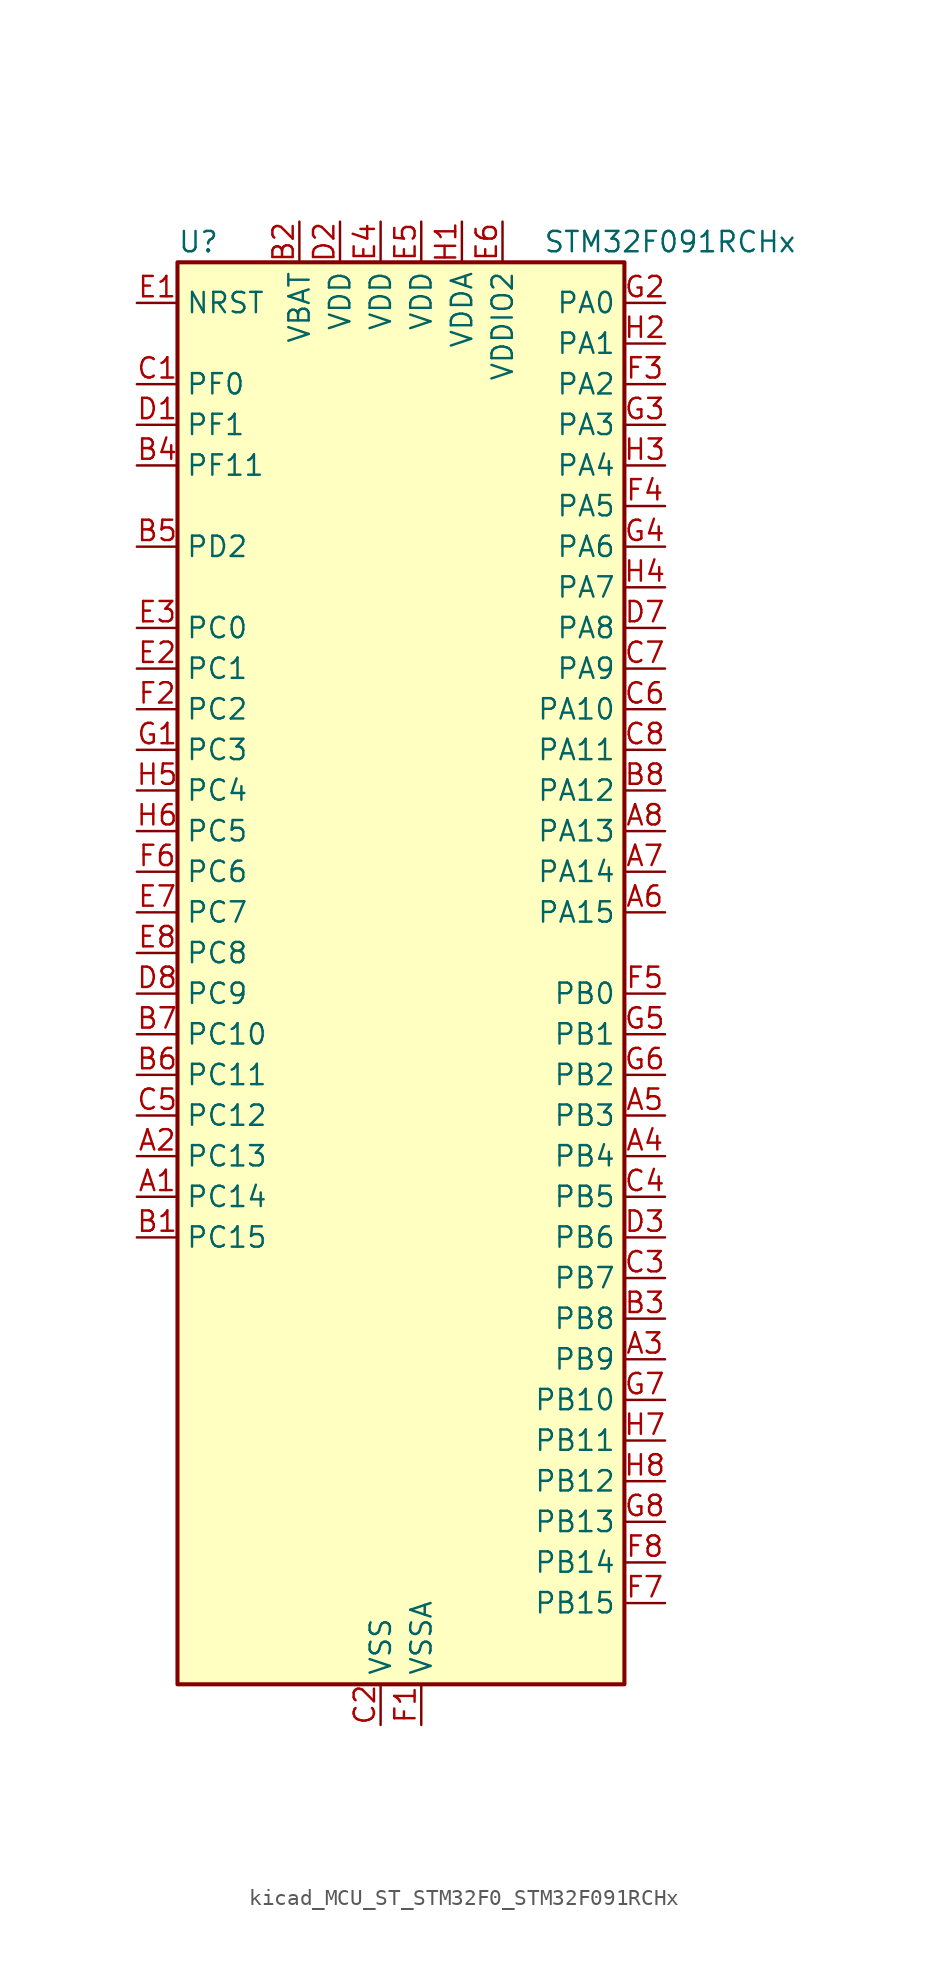
<source format=kicad_sym>
(kicad_symbol_lib
  (version 20220914)
  (generator kicad_symbol_editor)
  (symbol "kicad_MCU_ST_STM32F0_STM32F091RCHx"
    (property "Reference" "U"
      (at -12.7 46.99 0)
      (effects (font (size 1.27 1.27)) (justify left)))
    (property "Value" "STM32F091RCHx"
      (at 10.16 46.99 0)
      (effects (font (size 1.27 1.27)) (justify left)))
    (property "ki_locked" ""
      (at 0 0 0)
      (effects (font (size 1.27 1.27))))
    (symbol "kicad_MCU_ST_STM32F0_STM32F091RCHx_0_1"
      (rectangle (start -12.7 -43.18) (end 15.24 45.72) (stroke (width 0.254) (type default)) (fill (type background))))
    (symbol "kicad_MCU_ST_STM32F0_STM32F091RCHx_1_1"
      (pin bidirectional line (at -15.24 -12.7 0) (length 2.54) (name "PC14" (effects (font (size 1.27 1.27)))) (number "A1" (effects (font (size 1.27 1.27)))) (alternate "RCC_OSC32_IN" bidirectional line))
      (pin bidirectional line (at -15.24 -10.16 0) (length 2.54) (name "PC13" (effects (font (size 1.27 1.27)))) (number "A2" (effects (font (size 1.27 1.27)))) (alternate "RTC_OUT_ALARM" bidirectional line) (alternate "RTC_OUT_CALIB" bidirectional line) (alternate "RTC_TAMP1" bidirectional line) (alternate "RTC_TS" bidirectional line) (alternate "SYS_WKUP2" bidirectional line))
      (pin bidirectional line (at 17.78 -22.86 180) (length 2.54) (name "PB9" (effects (font (size 1.27 1.27)))) (number "A3" (effects (font (size 1.27 1.27)))) (alternate "CAN_TX" bidirectional line) (alternate "DAC_EXTI9" bidirectional line) (alternate "I2C1_SDA" bidirectional line) (alternate "I2S2_WS" bidirectional line) (alternate "IR_OUT" bidirectional line) (alternate "SPI2_NSS" bidirectional line) (alternate "TIM17_CH1" bidirectional line))
      (pin bidirectional line (at 17.78 -10.16 180) (length 2.54) (name "PB4" (effects (font (size 1.27 1.27)))) (number "A4" (effects (font (size 1.27 1.27)))) (alternate "I2S1_MCK" bidirectional line) (alternate "SPI1_MISO" bidirectional line) (alternate "TIM17_BKIN" bidirectional line) (alternate "TIM3_CH1" bidirectional line) (alternate "TSC_G5_IO2" bidirectional line) (alternate "USART5_RX" bidirectional line))
      (pin bidirectional line (at 17.78 -7.62 180) (length 2.54) (name "PB3" (effects (font (size 1.27 1.27)))) (number "A5" (effects (font (size 1.27 1.27)))) (alternate "I2S1_CK" bidirectional line) (alternate "SPI1_SCK" bidirectional line) (alternate "TIM2_CH2" bidirectional line) (alternate "TSC_G5_IO1" bidirectional line) (alternate "USART5_TX" bidirectional line))
      (pin bidirectional line (at 17.78 5.08 180) (length 2.54) (name "PA15" (effects (font (size 1.27 1.27)))) (number "A6" (effects (font (size 1.27 1.27)))) (alternate "I2S1_WS" bidirectional line) (alternate "SPI1_NSS" bidirectional line) (alternate "TIM2_CH1" bidirectional line) (alternate "TIM2_ETR" bidirectional line) (alternate "USART2_RX" bidirectional line) (alternate "USART4_DE" bidirectional line) (alternate "USART4_RTS" bidirectional line))
      (pin bidirectional line (at 17.78 7.62 180) (length 2.54) (name "PA14" (effects (font (size 1.27 1.27)))) (number "A7" (effects (font (size 1.27 1.27)))) (alternate "SYS_SWCLK" bidirectional line) (alternate "USART2_TX" bidirectional line))
      (pin bidirectional line (at 17.78 10.16 180) (length 2.54) (name "PA13" (effects (font (size 1.27 1.27)))) (number "A8" (effects (font (size 1.27 1.27)))) (alternate "IR_OUT" bidirectional line) (alternate "SYS_SWDIO" bidirectional line))
      (pin bidirectional line (at -15.24 -15.24 0) (length 2.54) (name "PC15" (effects (font (size 1.27 1.27)))) (number "B1" (effects (font (size 1.27 1.27)))) (alternate "RCC_OSC32_OUT" bidirectional line))
      (pin power_in line (at -5.08 48.26 270) (length 2.54) (name "VBAT" (effects (font (size 1.27 1.27)))) (number "B2" (effects (font (size 1.27 1.27)))))
      (pin bidirectional line (at 17.78 -20.32 180) (length 2.54) (name "PB8" (effects (font (size 1.27 1.27)))) (number "B3" (effects (font (size 1.27 1.27)))) (alternate "CAN_RX" bidirectional line) (alternate "CEC" bidirectional line) (alternate "I2C1_SCL" bidirectional line) (alternate "TIM16_CH1" bidirectional line) (alternate "TSC_SYNC" bidirectional line))
      (pin bidirectional line (at -15.24 33.02 0) (length 2.54) (name "PF11" (effects (font (size 1.27 1.27)))) (number "B4" (effects (font (size 1.27 1.27)))))
      (pin bidirectional line (at -15.24 27.94 0) (length 2.54) (name "PD2" (effects (font (size 1.27 1.27)))) (number "B5" (effects (font (size 1.27 1.27)))) (alternate "TIM3_ETR" bidirectional line) (alternate "USART3_DE" bidirectional line) (alternate "USART3_RTS" bidirectional line) (alternate "USART5_RX" bidirectional line))
      (pin bidirectional line (at -15.24 -5.08 0) (length 2.54) (name "PC11" (effects (font (size 1.27 1.27)))) (number "B6" (effects (font (size 1.27 1.27)))) (alternate "USART3_RX" bidirectional line) (alternate "USART4_RX" bidirectional line))
      (pin bidirectional line (at -15.24 -2.54 0) (length 2.54) (name "PC10" (effects (font (size 1.27 1.27)))) (number "B7" (effects (font (size 1.27 1.27)))) (alternate "USART3_TX" bidirectional line) (alternate "USART4_TX" bidirectional line))
      (pin bidirectional line (at 17.78 12.7 180) (length 2.54) (name "PA12" (effects (font (size 1.27 1.27)))) (number "B8" (effects (font (size 1.27 1.27)))) (alternate "CAN_TX" bidirectional line) (alternate "COMP2_OUT" bidirectional line) (alternate "I2C2_SDA" bidirectional line) (alternate "TIM1_ETR" bidirectional line) (alternate "TSC_G4_IO4" bidirectional line) (alternate "USART1_DE" bidirectional line) (alternate "USART1_RTS" bidirectional line))
      (pin bidirectional line (at -15.24 38.1 0) (length 2.54) (name "PF0" (effects (font (size 1.27 1.27)))) (number "C1" (effects (font (size 1.27 1.27)))) (alternate "CRS_SYNC" bidirectional line) (alternate "I2C1_SDA" bidirectional line) (alternate "RCC_OSC_IN" bidirectional line))
      (pin power_in line (at 0 -45.72 90) (length 2.54) (name "VSS" (effects (font (size 1.27 1.27)))) (number "C2" (effects (font (size 1.27 1.27)))))
      (pin bidirectional line (at 17.78 -17.78 180) (length 2.54) (name "PB7" (effects (font (size 1.27 1.27)))) (number "C3" (effects (font (size 1.27 1.27)))) (alternate "I2C1_SDA" bidirectional line) (alternate "TIM17_CH1N" bidirectional line) (alternate "TSC_G5_IO4" bidirectional line) (alternate "USART1_RX" bidirectional line) (alternate "USART4_CTS" bidirectional line))
      (pin bidirectional line (at 17.78 -12.7 180) (length 2.54) (name "PB5" (effects (font (size 1.27 1.27)))) (number "C4" (effects (font (size 1.27 1.27)))) (alternate "I2C1_SMBA" bidirectional line) (alternate "I2S1_SD" bidirectional line) (alternate "SPI1_MOSI" bidirectional line) (alternate "SYS_WKUP6" bidirectional line) (alternate "TIM16_BKIN" bidirectional line) (alternate "TIM3_CH2" bidirectional line) (alternate "USART5_CK" bidirectional line) (alternate "USART5_DE" bidirectional line) (alternate "USART5_RTS" bidirectional line))
      (pin bidirectional line (at -15.24 -7.62 0) (length 2.54) (name "PC12" (effects (font (size 1.27 1.27)))) (number "C5" (effects (font (size 1.27 1.27)))) (alternate "USART3_CK" bidirectional line) (alternate "USART4_CK" bidirectional line) (alternate "USART5_TX" bidirectional line))
      (pin bidirectional line (at 17.78 17.78 180) (length 2.54) (name "PA10" (effects (font (size 1.27 1.27)))) (number "C6" (effects (font (size 1.27 1.27)))) (alternate "I2C1_SDA" bidirectional line) (alternate "TIM17_BKIN" bidirectional line) (alternate "TIM1_CH3" bidirectional line) (alternate "TSC_G4_IO2" bidirectional line) (alternate "USART1_RX" bidirectional line))
      (pin bidirectional line (at 17.78 20.32 180) (length 2.54) (name "PA9" (effects (font (size 1.27 1.27)))) (number "C7" (effects (font (size 1.27 1.27)))) (alternate "DAC_EXTI9" bidirectional line) (alternate "I2C1_SCL" bidirectional line) (alternate "RCC_MCO" bidirectional line) (alternate "TIM15_BKIN" bidirectional line) (alternate "TIM1_CH2" bidirectional line) (alternate "TSC_G4_IO1" bidirectional line) (alternate "USART1_TX" bidirectional line))
      (pin bidirectional line (at 17.78 15.24 180) (length 2.54) (name "PA11" (effects (font (size 1.27 1.27)))) (number "C8" (effects (font (size 1.27 1.27)))) (alternate "CAN_RX" bidirectional line) (alternate "COMP1_OUT" bidirectional line) (alternate "I2C2_SCL" bidirectional line) (alternate "TIM1_CH4" bidirectional line) (alternate "TSC_G4_IO3" bidirectional line) (alternate "USART1_CTS" bidirectional line))
      (pin bidirectional line (at -15.24 35.56 0) (length 2.54) (name "PF1" (effects (font (size 1.27 1.27)))) (number "D1" (effects (font (size 1.27 1.27)))) (alternate "I2C1_SCL" bidirectional line) (alternate "RCC_OSC_OUT" bidirectional line))
      (pin power_in line (at -2.54 48.26 270) (length 2.54) (name "VDD" (effects (font (size 1.27 1.27)))) (number "D2" (effects (font (size 1.27 1.27)))))
      (pin bidirectional line (at 17.78 -15.24 180) (length 2.54) (name "PB6" (effects (font (size 1.27 1.27)))) (number "D3" (effects (font (size 1.27 1.27)))) (alternate "I2C1_SCL" bidirectional line) (alternate "TIM16_CH1N" bidirectional line) (alternate "TSC_G5_IO3" bidirectional line) (alternate "USART1_TX" bidirectional line))
      (pin passive line (at 0 -45.72 90) (length 2.54) hide (name "VSS" (effects (font (size 1.27 1.27)))) (number "D4" (effects (font (size 1.27 1.27)))))
      (pin passive line (at 0 -45.72 90) (length 2.54) hide (name "VSS" (effects (font (size 1.27 1.27)))) (number "D5" (effects (font (size 1.27 1.27)))))
      (pin passive line (at 0 -45.72 90) (length 2.54) hide (name "VSS" (effects (font (size 1.27 1.27)))) (number "D6" (effects (font (size 1.27 1.27)))))
      (pin bidirectional line (at 17.78 22.86 180) (length 2.54) (name "PA8" (effects (font (size 1.27 1.27)))) (number "D7" (effects (font (size 1.27 1.27)))) (alternate "CRS_SYNC" bidirectional line) (alternate "RCC_MCO" bidirectional line) (alternate "TIM1_CH1" bidirectional line) (alternate "USART1_CK" bidirectional line))
      (pin bidirectional line (at -15.24 0 0) (length 2.54) (name "PC9" (effects (font (size 1.27 1.27)))) (number "D8" (effects (font (size 1.27 1.27)))) (alternate "DAC_EXTI9" bidirectional line) (alternate "TIM3_CH4" bidirectional line) (alternate "USART8_RX" bidirectional line))
      (pin input line (at -15.24 43.18 0) (length 2.54) (name "NRST" (effects (font (size 1.27 1.27)))) (number "E1" (effects (font (size 1.27 1.27)))))
      (pin bidirectional line (at -15.24 20.32 0) (length 2.54) (name "PC1" (effects (font (size 1.27 1.27)))) (number "E2" (effects (font (size 1.27 1.27)))) (alternate "ADC_IN11" bidirectional line) (alternate "USART6_RX" bidirectional line) (alternate "USART7_RX" bidirectional line))
      (pin bidirectional line (at -15.24 22.86 0) (length 2.54) (name "PC0" (effects (font (size 1.27 1.27)))) (number "E3" (effects (font (size 1.27 1.27)))) (alternate "ADC_IN10" bidirectional line) (alternate "USART6_TX" bidirectional line) (alternate "USART7_TX" bidirectional line))
      (pin power_in line (at 0 48.26 270) (length 2.54) (name "VDD" (effects (font (size 1.27 1.27)))) (number "E4" (effects (font (size 1.27 1.27)))))
      (pin power_in line (at 2.54 48.26 270) (length 2.54) (name "VDD" (effects (font (size 1.27 1.27)))) (number "E5" (effects (font (size 1.27 1.27)))))
      (pin power_in line (at 7.62 48.26 270) (length 2.54) (name "VDDIO2" (effects (font (size 1.27 1.27)))) (number "E6" (effects (font (size 1.27 1.27)))))
      (pin bidirectional line (at -15.24 5.08 0) (length 2.54) (name "PC7" (effects (font (size 1.27 1.27)))) (number "E7" (effects (font (size 1.27 1.27)))) (alternate "TIM3_CH2" bidirectional line) (alternate "USART7_RX" bidirectional line))
      (pin bidirectional line (at -15.24 2.54 0) (length 2.54) (name "PC8" (effects (font (size 1.27 1.27)))) (number "E8" (effects (font (size 1.27 1.27)))) (alternate "TIM3_CH3" bidirectional line) (alternate "USART8_TX" bidirectional line))
      (pin power_in line (at 2.54 -45.72 90) (length 2.54) (name "VSSA" (effects (font (size 1.27 1.27)))) (number "F1" (effects (font (size 1.27 1.27)))))
      (pin bidirectional line (at -15.24 17.78 0) (length 2.54) (name "PC2" (effects (font (size 1.27 1.27)))) (number "F2" (effects (font (size 1.27 1.27)))) (alternate "ADC_IN12" bidirectional line) (alternate "I2S2_MCK" bidirectional line) (alternate "SPI2_MISO" bidirectional line) (alternate "USART8_TX" bidirectional line))
      (pin bidirectional line (at 17.78 38.1 180) (length 2.54) (name "PA2" (effects (font (size 1.27 1.27)))) (number "F3" (effects (font (size 1.27 1.27)))) (alternate "ADC_IN2" bidirectional line) (alternate "COMP2_INM" bidirectional line) (alternate "COMP2_OUT" bidirectional line) (alternate "SYS_WKUP4" bidirectional line) (alternate "TIM15_CH1" bidirectional line) (alternate "TIM2_CH3" bidirectional line) (alternate "TSC_G1_IO3" bidirectional line) (alternate "USART2_TX" bidirectional line))
      (pin bidirectional line (at 17.78 30.48 180) (length 2.54) (name "PA5" (effects (font (size 1.27 1.27)))) (number "F4" (effects (font (size 1.27 1.27)))) (alternate "ADC_IN5" bidirectional line) (alternate "CEC" bidirectional line) (alternate "COMP1_INM" bidirectional line) (alternate "COMP2_INM" bidirectional line) (alternate "DAC_OUT2" bidirectional line) (alternate "I2S1_CK" bidirectional line) (alternate "SPI1_SCK" bidirectional line) (alternate "TIM2_CH1" bidirectional line) (alternate "TIM2_ETR" bidirectional line) (alternate "TSC_G2_IO2" bidirectional line) (alternate "USART6_RX" bidirectional line))
      (pin bidirectional line (at 17.78 0 180) (length 2.54) (name "PB0" (effects (font (size 1.27 1.27)))) (number "F5" (effects (font (size 1.27 1.27)))) (alternate "ADC_IN8" bidirectional line) (alternate "TIM1_CH2N" bidirectional line) (alternate "TIM3_CH3" bidirectional line) (alternate "TSC_G3_IO2" bidirectional line) (alternate "USART3_CK" bidirectional line))
      (pin bidirectional line (at -15.24 7.62 0) (length 2.54) (name "PC6" (effects (font (size 1.27 1.27)))) (number "F6" (effects (font (size 1.27 1.27)))) (alternate "TIM3_CH1" bidirectional line) (alternate "USART7_TX" bidirectional line))
      (pin bidirectional line (at 17.78 -38.1 180) (length 2.54) (name "PB15" (effects (font (size 1.27 1.27)))) (number "F7" (effects (font (size 1.27 1.27)))) (alternate "I2S2_SD" bidirectional line) (alternate "RTC_REFIN" bidirectional line) (alternate "SPI2_MOSI" bidirectional line) (alternate "SYS_WKUP7" bidirectional line) (alternate "TIM15_CH1N" bidirectional line) (alternate "TIM15_CH2" bidirectional line) (alternate "TIM1_CH3N" bidirectional line))
      (pin bidirectional line (at 17.78 -35.56 180) (length 2.54) (name "PB14" (effects (font (size 1.27 1.27)))) (number "F8" (effects (font (size 1.27 1.27)))) (alternate "I2C2_SDA" bidirectional line) (alternate "I2S2_MCK" bidirectional line) (alternate "SPI2_MISO" bidirectional line) (alternate "TIM15_CH1" bidirectional line) (alternate "TIM1_CH2N" bidirectional line) (alternate "TSC_G6_IO4" bidirectional line) (alternate "USART3_DE" bidirectional line) (alternate "USART3_RTS" bidirectional line))
      (pin bidirectional line (at -15.24 15.24 0) (length 2.54) (name "PC3" (effects (font (size 1.27 1.27)))) (number "G1" (effects (font (size 1.27 1.27)))) (alternate "ADC_IN13" bidirectional line) (alternate "I2S2_SD" bidirectional line) (alternate "SPI2_MOSI" bidirectional line) (alternate "USART8_RX" bidirectional line))
      (pin bidirectional line (at 17.78 43.18 180) (length 2.54) (name "PA0" (effects (font (size 1.27 1.27)))) (number "G2" (effects (font (size 1.27 1.27)))) (alternate "ADC_IN0" bidirectional line) (alternate "COMP1_INM" bidirectional line) (alternate "COMP1_OUT" bidirectional line) (alternate "RTC_TAMP2" bidirectional line) (alternate "SYS_WKUP1" bidirectional line) (alternate "TIM2_CH1" bidirectional line) (alternate "TIM2_ETR" bidirectional line) (alternate "TSC_G1_IO1" bidirectional line) (alternate "USART2_CTS" bidirectional line) (alternate "USART4_TX" bidirectional line))
      (pin bidirectional line (at 17.78 35.56 180) (length 2.54) (name "PA3" (effects (font (size 1.27 1.27)))) (number "G3" (effects (font (size 1.27 1.27)))) (alternate "ADC_IN3" bidirectional line) (alternate "COMP2_INP" bidirectional line) (alternate "TIM15_CH2" bidirectional line) (alternate "TIM2_CH4" bidirectional line) (alternate "TSC_G1_IO4" bidirectional line) (alternate "USART2_RX" bidirectional line))
      (pin bidirectional line (at 17.78 27.94 180) (length 2.54) (name "PA6" (effects (font (size 1.27 1.27)))) (number "G4" (effects (font (size 1.27 1.27)))) (alternate "ADC_IN6" bidirectional line) (alternate "COMP1_OUT" bidirectional line) (alternate "I2S1_MCK" bidirectional line) (alternate "SPI1_MISO" bidirectional line) (alternate "TIM16_CH1" bidirectional line) (alternate "TIM1_BKIN" bidirectional line) (alternate "TIM3_CH1" bidirectional line) (alternate "TSC_G2_IO3" bidirectional line) (alternate "USART3_CTS" bidirectional line))
      (pin bidirectional line (at 17.78 -2.54 180) (length 2.54) (name "PB1" (effects (font (size 1.27 1.27)))) (number "G5" (effects (font (size 1.27 1.27)))) (alternate "ADC_IN9" bidirectional line) (alternate "TIM14_CH1" bidirectional line) (alternate "TIM1_CH3N" bidirectional line) (alternate "TIM3_CH4" bidirectional line) (alternate "TSC_G3_IO3" bidirectional line) (alternate "USART3_DE" bidirectional line) (alternate "USART3_RTS" bidirectional line))
      (pin bidirectional line (at 17.78 -5.08 180) (length 2.54) (name "PB2" (effects (font (size 1.27 1.27)))) (number "G6" (effects (font (size 1.27 1.27)))) (alternate "TSC_G3_IO4" bidirectional line))
      (pin bidirectional line (at 17.78 -25.4 180) (length 2.54) (name "PB10" (effects (font (size 1.27 1.27)))) (number "G7" (effects (font (size 1.27 1.27)))) (alternate "CEC" bidirectional line) (alternate "I2C2_SCL" bidirectional line) (alternate "I2S2_CK" bidirectional line) (alternate "SPI2_SCK" bidirectional line) (alternate "TIM2_CH3" bidirectional line) (alternate "TSC_SYNC" bidirectional line) (alternate "USART3_TX" bidirectional line))
      (pin bidirectional line (at 17.78 -33.02 180) (length 2.54) (name "PB13" (effects (font (size 1.27 1.27)))) (number "G8" (effects (font (size 1.27 1.27)))) (alternate "I2C2_SCL" bidirectional line) (alternate "I2S2_CK" bidirectional line) (alternate "SPI2_SCK" bidirectional line) (alternate "TIM1_CH1N" bidirectional line) (alternate "TSC_G6_IO3" bidirectional line) (alternate "USART3_CTS" bidirectional line))
      (pin power_in line (at 5.08 48.26 270) (length 2.54) (name "VDDA" (effects (font (size 1.27 1.27)))) (number "H1" (effects (font (size 1.27 1.27)))))
      (pin bidirectional line (at 17.78 40.64 180) (length 2.54) (name "PA1" (effects (font (size 1.27 1.27)))) (number "H2" (effects (font (size 1.27 1.27)))) (alternate "ADC_IN1" bidirectional line) (alternate "COMP1_INP" bidirectional line) (alternate "TIM15_CH1N" bidirectional line) (alternate "TIM2_CH2" bidirectional line) (alternate "TSC_G1_IO2" bidirectional line) (alternate "USART2_DE" bidirectional line) (alternate "USART2_RTS" bidirectional line) (alternate "USART4_RX" bidirectional line))
      (pin bidirectional line (at 17.78 33.02 180) (length 2.54) (name "PA4" (effects (font (size 1.27 1.27)))) (number "H3" (effects (font (size 1.27 1.27)))) (alternate "ADC_IN4" bidirectional line) (alternate "COMP1_INM" bidirectional line) (alternate "COMP2_INM" bidirectional line) (alternate "DAC_OUT1" bidirectional line) (alternate "I2S1_WS" bidirectional line) (alternate "SPI1_NSS" bidirectional line) (alternate "TIM14_CH1" bidirectional line) (alternate "TSC_G2_IO1" bidirectional line) (alternate "USART2_CK" bidirectional line) (alternate "USART6_TX" bidirectional line))
      (pin bidirectional line (at 17.78 25.4 180) (length 2.54) (name "PA7" (effects (font (size 1.27 1.27)))) (number "H4" (effects (font (size 1.27 1.27)))) (alternate "ADC_IN7" bidirectional line) (alternate "COMP2_OUT" bidirectional line) (alternate "I2S1_SD" bidirectional line) (alternate "SPI1_MOSI" bidirectional line) (alternate "TIM14_CH1" bidirectional line) (alternate "TIM17_CH1" bidirectional line) (alternate "TIM1_CH1N" bidirectional line) (alternate "TIM3_CH2" bidirectional line) (alternate "TSC_G2_IO4" bidirectional line))
      (pin bidirectional line (at -15.24 12.7 0) (length 2.54) (name "PC4" (effects (font (size 1.27 1.27)))) (number "H5" (effects (font (size 1.27 1.27)))) (alternate "ADC_IN14" bidirectional line) (alternate "USART3_TX" bidirectional line))
      (pin bidirectional line (at -15.24 10.16 0) (length 2.54) (name "PC5" (effects (font (size 1.27 1.27)))) (number "H6" (effects (font (size 1.27 1.27)))) (alternate "ADC_IN15" bidirectional line) (alternate "SYS_WKUP5" bidirectional line) (alternate "TSC_G3_IO1" bidirectional line) (alternate "USART3_RX" bidirectional line))
      (pin bidirectional line (at 17.78 -27.94 180) (length 2.54) (name "PB11" (effects (font (size 1.27 1.27)))) (number "H7" (effects (font (size 1.27 1.27)))) (alternate "I2C2_SDA" bidirectional line) (alternate "TIM2_CH4" bidirectional line) (alternate "TSC_G6_IO1" bidirectional line) (alternate "USART3_RX" bidirectional line))
      (pin bidirectional line (at 17.78 -30.48 180) (length 2.54) (name "PB12" (effects (font (size 1.27 1.27)))) (number "H8" (effects (font (size 1.27 1.27)))) (alternate "I2S2_WS" bidirectional line) (alternate "SPI2_NSS" bidirectional line) (alternate "TIM15_BKIN" bidirectional line) (alternate "TIM1_BKIN" bidirectional line) (alternate "TSC_G6_IO2" bidirectional line) (alternate "USART3_CK" bidirectional line)))))
</source>
